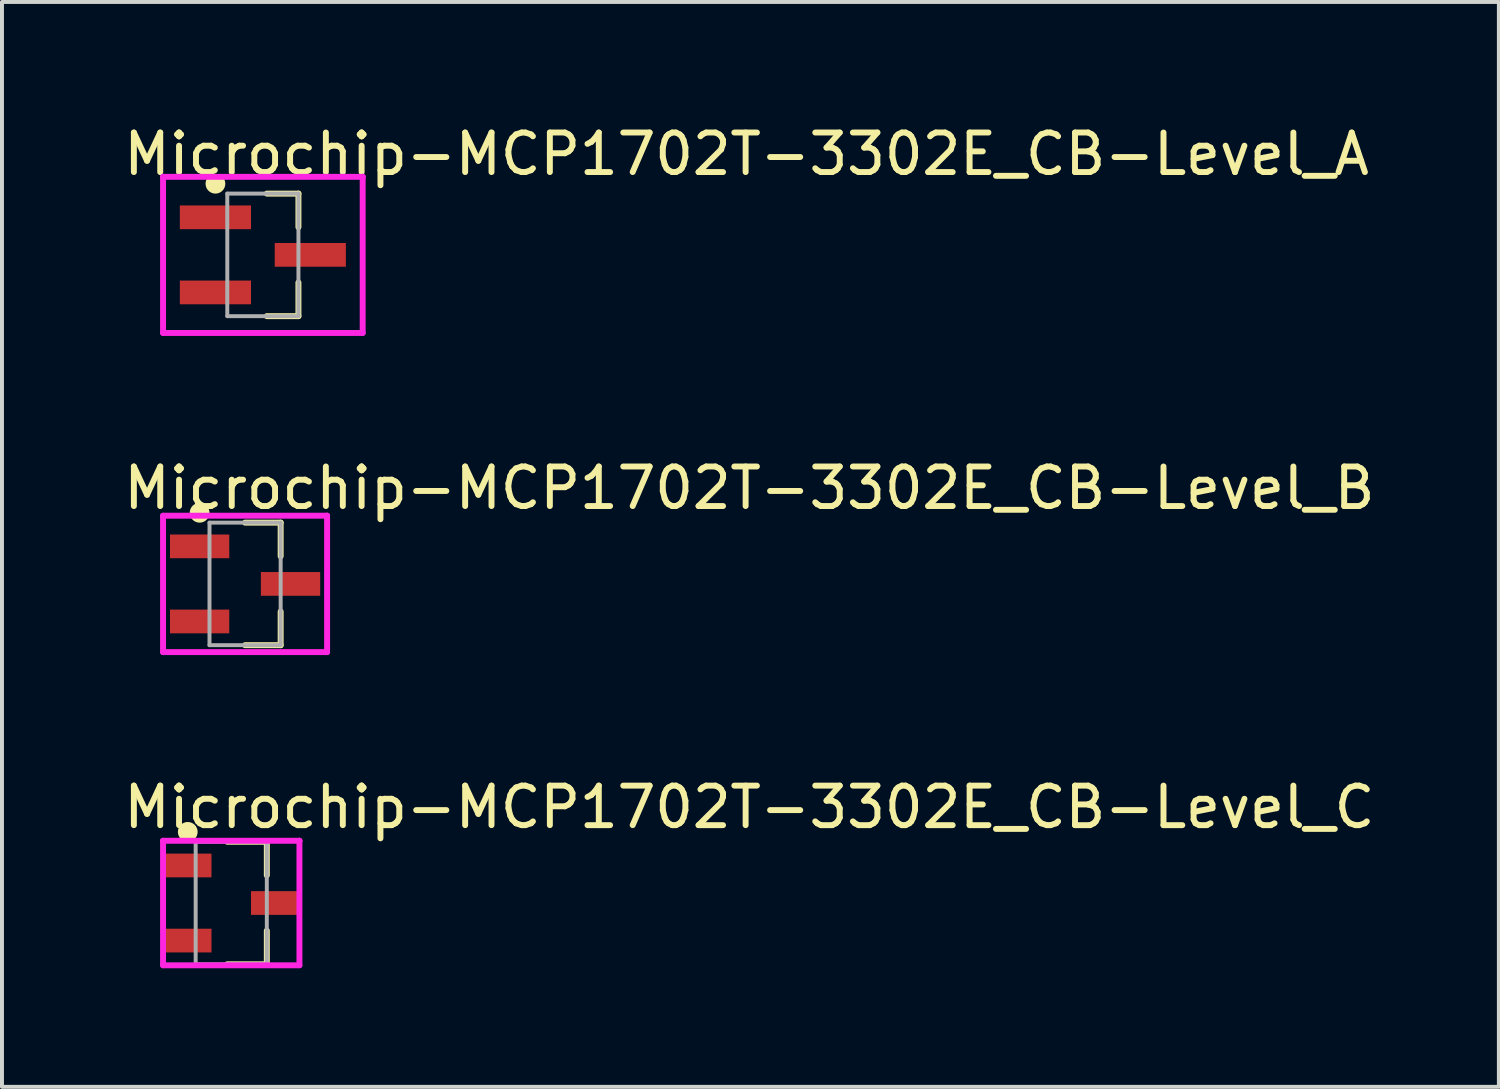
<source format=kicad_pcb>
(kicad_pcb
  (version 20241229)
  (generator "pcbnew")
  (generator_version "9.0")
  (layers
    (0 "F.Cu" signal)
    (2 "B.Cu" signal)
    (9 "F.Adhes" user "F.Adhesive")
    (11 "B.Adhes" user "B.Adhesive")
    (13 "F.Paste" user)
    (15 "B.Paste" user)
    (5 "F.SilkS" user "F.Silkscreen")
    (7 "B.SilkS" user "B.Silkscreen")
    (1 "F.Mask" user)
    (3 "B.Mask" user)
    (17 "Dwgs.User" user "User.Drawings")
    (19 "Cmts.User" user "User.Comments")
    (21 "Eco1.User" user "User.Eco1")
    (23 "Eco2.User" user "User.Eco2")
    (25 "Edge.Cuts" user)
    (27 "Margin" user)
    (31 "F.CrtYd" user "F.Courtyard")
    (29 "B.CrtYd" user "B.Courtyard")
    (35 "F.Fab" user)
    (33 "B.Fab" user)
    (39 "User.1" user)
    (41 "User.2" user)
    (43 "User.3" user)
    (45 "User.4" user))
  (footprint "Microchip-MCP1702T-3302E_CB-Level_B"
    (layer "F.Cu")
    (at 3.15 11.722)
    (property "Reference" "Microchip-MCP1702T-3302E_CB-Level_B" (at -3.15 -2.425 0) (layer "F.SilkS") (effects (font (size 1 1) (thickness 0.15)) (justify left)))
    (attr through_hole)
    (fp_line (start 0 -1.55) (end 0.9 -1.55) (stroke (width 0.15) (type solid)) (layer "F.SilkS"))
    (fp_line (start 0 1.55) (end 0.9 1.55) (stroke (width 0.15) (type solid)) (layer "F.SilkS"))
    (fp_line (start 0.9 -0.7) (end 0.9 -1.55) (stroke (width 0.15) (type solid)) (layer "F.SilkS"))
    (fp_line (start 0.9 1.55) (end 0.9 0.7) (stroke (width 0.15) (type solid)) (layer "F.SilkS"))
    (fp_circle (center -1.15 -1.8) (end -1.025 -1.8) (stroke (width 0.25) (type solid)) (fill no) (layer "F.SilkS"))
    (fp_line (start -2.075 -1.725) (end -2.075 1.725) (stroke (width 0.15) (type solid)) (layer "F.CrtYd"))
    (fp_line (start -2.075 1.725) (end 2.075 1.725) (stroke (width 0.15) (type solid)) (layer "F.CrtYd"))
    (fp_line (start 2.075 -1.725) (end -2.075 -1.725) (stroke (width 0.15) (type solid)) (layer "F.CrtYd"))
    (fp_line (start 2.075 -1.725) (end 2.075 -1.725) (stroke (width 0.15) (type solid)) (layer "F.CrtYd"))
    (fp_line (start 2.075 1.725) (end 2.075 -1.725) (stroke (width 0.15) (type solid)) (layer "F.CrtYd"))
    (fp_line (start -0.9 -1.55) (end 0.9 -1.55) (stroke (width 0.1) (type solid)) (layer "F.Fab"))
    (fp_line (start -0.9 1.55) (end -0.9 -1.55) (stroke (width 0.1) (type solid)) (layer "F.Fab"))
    (fp_line (start -0.9 1.55) (end 0.9 1.55) (stroke (width 0.1) (type solid)) (layer "F.Fab"))
    (fp_line (start 0.9 1.55) (end 0.9 -1.55) (stroke (width 0.1) (type solid)) (layer "F.Fab"))
    (pad "1" smd rect (at -1.15 -0.95 270) (size 0.6 1.5) (layers "F.Cu" "F.Mask" "F.Paste"))
    (pad "2" smd rect (at -1.15 0.95 270) (size 0.6 1.5) (layers "F.Cu" "F.Mask" "F.Paste"))
    (pad "3" smd rect (at 1.15 -0.000001 270) (size 0.6 1.5) (layers "F.Cu" "F.Mask" "F.Paste")))
  (footprint "Microchip-MCP1702T-3302E_CB-Level_C"
    (layer "F.Cu")
    (at 2.8 19.795)
    (property "Reference" "Microchip-MCP1702T-3302E_CB-Level_C" (at -2.8 -2.425 0) (layer "F.SilkS") (effects (font (size 1 1) (thickness 0.15)) (justify left)))
    (attr through_hole)
    (fp_line (start -0.1 -1.55) (end 0.9 -1.55) (stroke (width 0.15) (type solid)) (layer "F.SilkS"))
    (fp_line (start -0.1 1.55) (end 0.9 1.55) (stroke (width 0.15) (type solid)) (layer "F.SilkS"))
    (fp_line (start 0.9 -0.7) (end 0.9 -1.55) (stroke (width 0.15) (type solid)) (layer "F.SilkS"))
    (fp_line (start 0.9 1.55) (end 0.9 0.7) (stroke (width 0.15) (type solid)) (layer "F.SilkS"))
    (fp_circle (center -1.1 -1.8) (end -0.975 -1.8) (stroke (width 0.25) (type solid)) (fill no) (layer "F.SilkS"))
    (fp_line (start -1.725 -1.575) (end -1.725 1.575) (stroke (width 0.15) (type solid)) (layer "F.CrtYd"))
    (fp_line (start -1.725 1.575) (end 1.725 1.575) (stroke (width 0.15) (type solid)) (layer "F.CrtYd"))
    (fp_line (start 1.725 -1.575) (end -1.725 -1.575) (stroke (width 0.15) (type solid)) (layer "F.CrtYd"))
    (fp_line (start 1.725 -1.575) (end 1.725 -1.575) (stroke (width 0.15) (type solid)) (layer "F.CrtYd"))
    (fp_line (start 1.725 1.575) (end 1.725 -1.575) (stroke (width 0.15) (type solid)) (layer "F.CrtYd"))
    (fp_line (start -0.9 -1.55) (end 0.9 -1.55) (stroke (width 0.1) (type solid)) (layer "F.Fab"))
    (fp_line (start -0.9 1.55) (end -0.9 -1.55) (stroke (width 0.1) (type solid)) (layer "F.Fab"))
    (fp_line (start -0.9 1.55) (end 0.9 1.55) (stroke (width 0.1) (type solid)) (layer "F.Fab"))
    (fp_line (start 0.9 1.55) (end 0.9 -1.55) (stroke (width 0.1) (type solid)) (layer "F.Fab"))
    (pad "1" smd rect (at -1.1 -0.95 270) (size 0.6 1.2) (layers "F.Cu" "F.Mask" "F.Paste"))
    (pad "2" smd rect (at -1.1 0.95 270) (size 0.6 1.2) (layers "F.Cu" "F.Mask" "F.Paste"))
    (pad "3" smd rect (at 1.1 -0.000001 270) (size 0.6 1.2) (layers "F.Cu" "F.Mask" "F.Paste")))
  (footprint "Microchip-MCP1702T-3302E_CB-Level_A"
    (layer "F.Cu")
    (at 3.6 3.398)
    (property "Reference" "Microchip-MCP1702T-3302E_CB-Level_A" (at -3.6 -2.55 0) (layer "F.SilkS") (effects (font (size 1 1) (thickness 0.15)) (justify left)))
    (attr through_hole)
    (fp_line (start 0.1 -1.55) (end 0.9 -1.55) (stroke (width 0.15) (type solid)) (layer "F.SilkS"))
    (fp_line (start 0.1 1.55) (end 0.9 1.55) (stroke (width 0.15) (type solid)) (layer "F.SilkS"))
    (fp_line (start 0.9 -0.7) (end 0.9 -1.55) (stroke (width 0.15) (type solid)) (layer "F.SilkS"))
    (fp_line (start 0.9 1.55) (end 0.9 0.7) (stroke (width 0.15) (type solid)) (layer "F.SilkS"))
    (fp_circle (center -1.2 -1.8) (end -1.075 -1.8) (stroke (width 0.25) (type solid)) (fill no) (layer "F.SilkS"))
    (fp_line (start -2.525 -1.975) (end -2.525 1.975) (stroke (width 0.15) (type solid)) (layer "F.CrtYd"))
    (fp_line (start -2.525 1.975) (end 2.525 1.975) (stroke (width 0.15) (type solid)) (layer "F.CrtYd"))
    (fp_line (start 2.525 -1.975) (end -2.525 -1.975) (stroke (width 0.15) (type solid)) (layer "F.CrtYd"))
    (fp_line (start 2.525 -1.975) (end 2.525 -1.975) (stroke (width 0.15) (type solid)) (layer "F.CrtYd"))
    (fp_line (start 2.525 1.975) (end 2.525 -1.975) (stroke (width 0.15) (type solid)) (layer "F.CrtYd"))
    (fp_line (start -0.9 -1.55) (end 0.9 -1.55) (stroke (width 0.1) (type solid)) (layer "F.Fab"))
    (fp_line (start -0.9 1.55) (end -0.9 -1.55) (stroke (width 0.1) (type solid)) (layer "F.Fab"))
    (fp_line (start -0.9 1.55) (end 0.9 1.55) (stroke (width 0.1) (type solid)) (layer "F.Fab"))
    (fp_line (start 0.9 1.55) (end 0.9 -1.55) (stroke (width 0.1) (type solid)) (layer "F.Fab"))
    (pad "1" smd rect (at -1.2 -0.95 270) (size 0.6 1.8) (layers "F.Cu" "F.Mask" "F.Paste"))
    (pad "2" smd rect (at -1.2 0.95 270) (size 0.6 1.8) (layers "F.Cu" "F.Mask" "F.Paste"))
    (pad "3" smd rect (at 1.2 -0.000001 270) (size 0.6 1.8) (layers "F.Cu" "F.Mask" "F.Paste")))
  (gr_rect
    (start -3 -3)
    (end 34.869 24.445)
    (stroke (width 0.1) (type default))
    (fill no)
    (layer "Edge.Cuts")))
</source>
